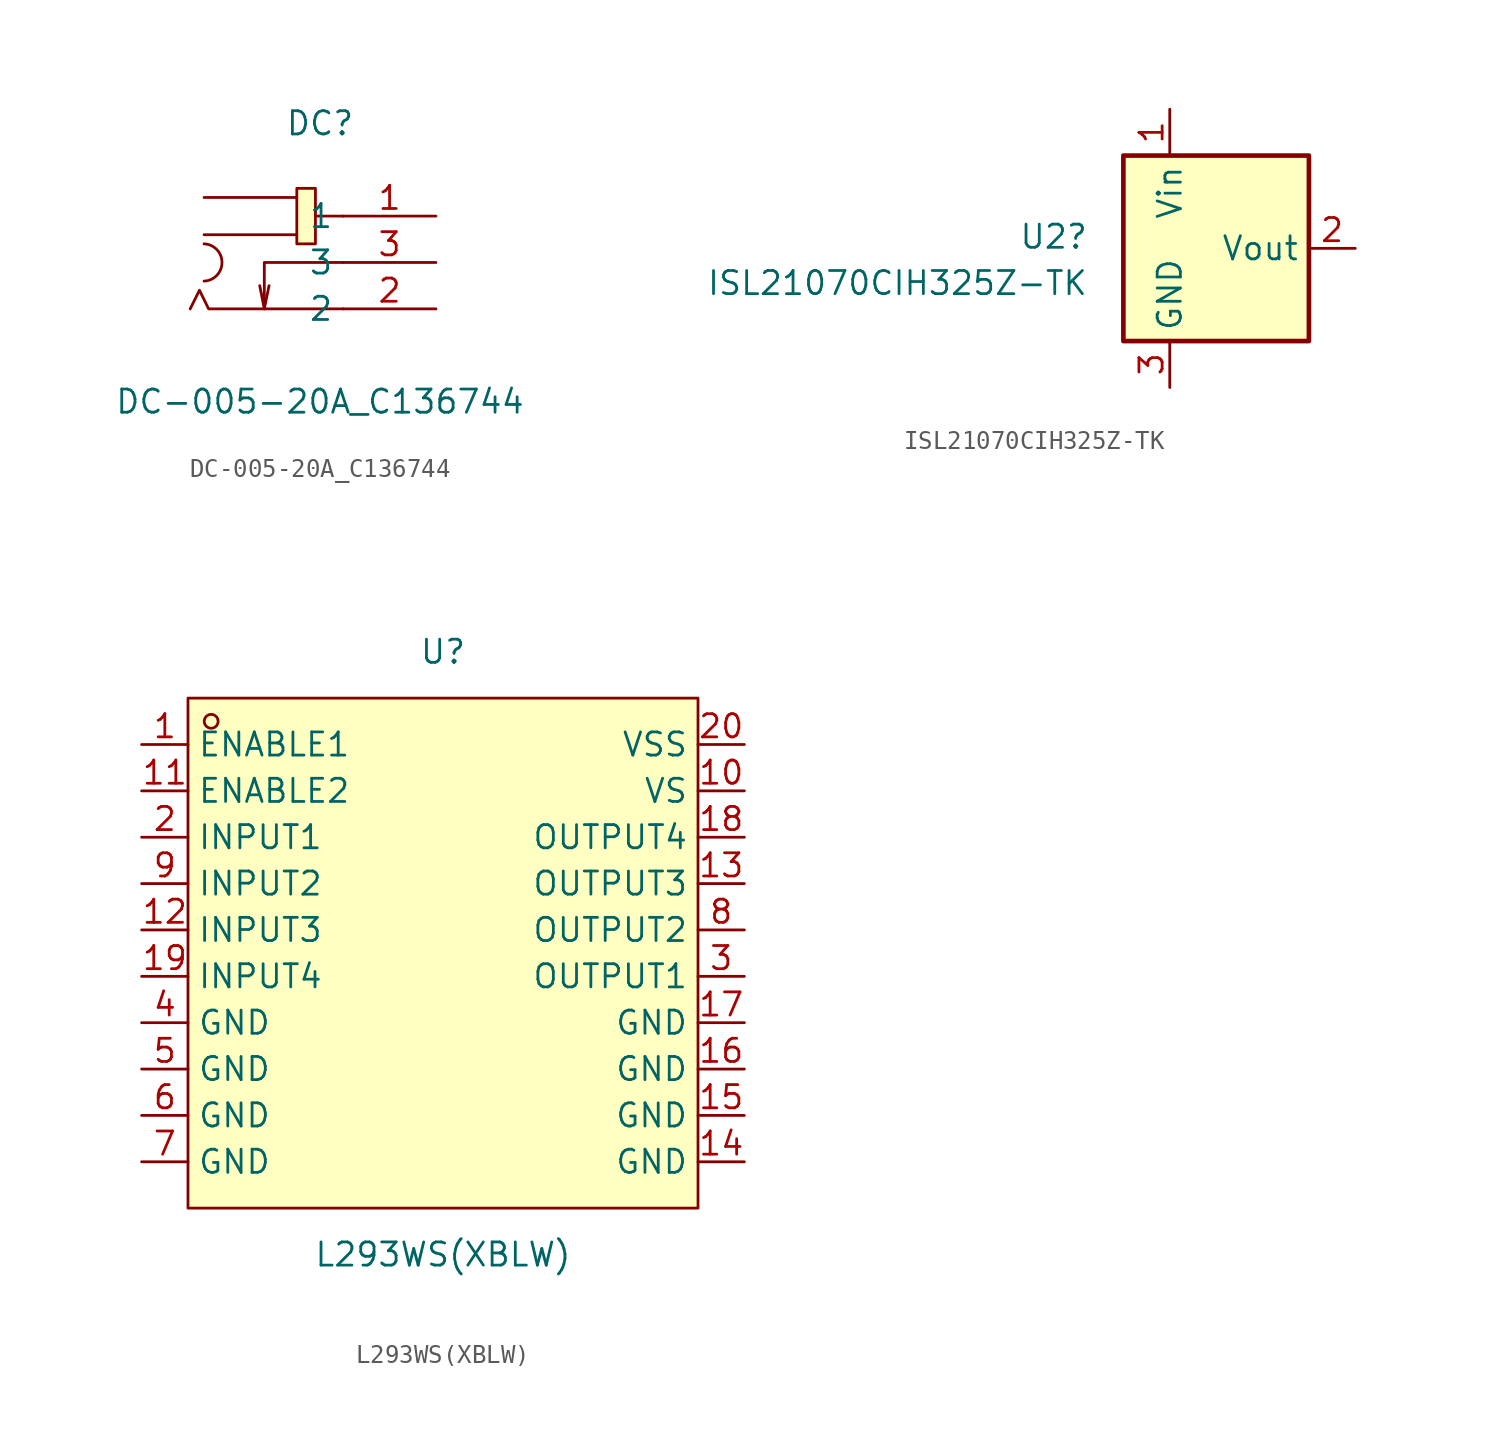
<source format=kicad_sym>
(kicad_symbol_lib
  (version 20231120)
  (generator "kicad_symbol_editor")
  (generator_version "8.0")
  (symbol "DC-005-20A_C136744"
    (property "Reference" "DC"
      (at 0 6.35 0)
      (effects (font (size 1.27 1.27))))
    (property "Value" "DC-005-20A_C136744"
      (at 0 -8.89 0)
      (effects (font (size 1.27 1.27))))
    (symbol "DC-005-20A_C136744_0_1"
      (arc (start -6.35 -2.29) (mid -5.3679 -1.27) (end -6.35 -0.25) (stroke (width 0) (type default)) (fill (type none)))
      (rectangle (start -1.27 2.79) (end -0.25 -0.25) (stroke (width 0) (type default)) (fill (type background)))
      (polyline (pts (xy -3.05 -3.81) (xy -2.79 -2.54)) (stroke (width 0) (type default)) (fill (type none)))
      (polyline (pts (xy -1.27 0.25) (xy -6.35 0.25)) (stroke (width 0) (type default)) (fill (type none)))
      (polyline (pts (xy -1.27 2.29) (xy -6.35 2.29)) (stroke (width 0) (type default)) (fill (type none)))
      (polyline (pts (xy 1.27 1.27) (xy -0.25 1.27)) (stroke (width 0) (type default)) (fill (type none)))
      (polyline (pts (xy 1.27 -3.81) (xy -6.1 -3.81) (xy -6.6 -2.79) (xy -7.11 -3.81)) (stroke (width 0) (type default)) (fill (type none)))
      (polyline (pts (xy 1.27 -1.27) (xy -3.05 -1.27) (xy -3.05 -3.81) (xy -3.3 -2.54)) (stroke (width 0) (type default)) (fill (type none)))
      (pin unspecified line (at 6.35 1.27 180) (length 5.08) (name "1" (effects (font (size 1.27 1.27)))) (number "1" (effects (font (size 1.27 1.27)))))
      (pin unspecified line (at 6.35 -3.81 180) (length 5.08) (name "2" (effects (font (size 1.27 1.27)))) (number "2" (effects (font (size 1.27 1.27)))))
      (pin unspecified line (at 6.35 -1.27 180) (length 5.08) (name "3" (effects (font (size 1.27 1.27)))) (number "3" (effects (font (size 1.27 1.27)))))))
  (symbol "ISL21070CIH325Z-TK"
    (property "Reference" "U2"
      (at -6.985 0.635 0)
      (effects (font (size 1.27 1.27)) (justify right)))
    (property "Value" "ISL21070CIH325Z-TK"
      (at -6.985 -1.905 0)
      (effects (font (size 1.27 1.27)) (justify right)))
    (symbol "ISL21070CIH325Z-TK_0_1"
      (rectangle (start -5.08 5.08) (end 5.08 -5.08) (stroke (width 0.254) (type default)) (fill (type background))))
    (symbol "ISL21070CIH325Z-TK_1_1"
      (pin power_in line (at -2.54 7.62 270) (length 2.54) (name "Vin" (effects (font (size 1.27 1.27)))) (number "1" (effects (font (size 1.27 1.27)))))
      (pin power_out line (at 7.62 0 180) (length 2.54) (name "Vout" (effects (font (size 1.27 1.27)))) (number "2" (effects (font (size 1.27 1.27)))))
      (pin power_in line (at -2.54 -7.62 90) (length 2.54) (name "GND" (effects (font (size 1.27 1.27)))) (number "3" (effects (font (size 1.27 1.27)))))))
  (symbol "L293WS(XBLW)"
    (property "Reference" "U"
      (at 0 16.51 0)
      (effects (font (size 1.27 1.27))))
    (property "Value" "L293WS(XBLW)"
      (at 0 -16.51 0)
      (effects (font (size 1.27 1.27))))
    (symbol "L293WS(XBLW)_0_1"
      (rectangle (start -13.97 13.97) (end 13.97 -13.97) (stroke (width 0) (type default)) (fill (type background)))
      (circle (center -12.7 12.7) (radius 0.38) (stroke (width 0) (type default)) (fill (type none)))
      (pin unspecified line (at -16.51 11.43 0) (length 2.54) (name "ENABLE1" (effects (font (size 1.27 1.27)))) (number "1" (effects (font (size 1.27 1.27)))))
      (pin unspecified line (at 16.51 8.89 180) (length 2.54) (name "VS" (effects (font (size 1.27 1.27)))) (number "10" (effects (font (size 1.27 1.27)))))
      (pin unspecified line (at -16.51 8.89 0) (length 2.54) (name "ENABLE2" (effects (font (size 1.27 1.27)))) (number "11" (effects (font (size 1.27 1.27)))))
      (pin unspecified line (at -16.51 1.27 0) (length 2.54) (name "INPUT3" (effects (font (size 1.27 1.27)))) (number "12" (effects (font (size 1.27 1.27)))))
      (pin unspecified line (at 16.51 3.81 180) (length 2.54) (name "OUTPUT3" (effects (font (size 1.27 1.27)))) (number "13" (effects (font (size 1.27 1.27)))))
      (pin unspecified line (at 16.51 -11.43 180) (length 2.54) (name "GND" (effects (font (size 1.27 1.27)))) (number "14" (effects (font (size 1.27 1.27)))))
      (pin unspecified line (at 16.51 -8.89 180) (length 2.54) (name "GND" (effects (font (size 1.27 1.27)))) (number "15" (effects (font (size 1.27 1.27)))))
      (pin unspecified line (at 16.51 -6.35 180) (length 2.54) (name "GND" (effects (font (size 1.27 1.27)))) (number "16" (effects (font (size 1.27 1.27)))))
      (pin unspecified line (at 16.51 -3.81 180) (length 2.54) (name "GND" (effects (font (size 1.27 1.27)))) (number "17" (effects (font (size 1.27 1.27)))))
      (pin unspecified line (at 16.51 6.35 180) (length 2.54) (name "OUTPUT4" (effects (font (size 1.27 1.27)))) (number "18" (effects (font (size 1.27 1.27)))))
      (pin unspecified line (at -16.51 -1.27 0) (length 2.54) (name "INPUT4" (effects (font (size 1.27 1.27)))) (number "19" (effects (font (size 1.27 1.27)))))
      (pin unspecified line (at -16.51 6.35 0) (length 2.54) (name "INPUT1" (effects (font (size 1.27 1.27)))) (number "2" (effects (font (size 1.27 1.27)))))
      (pin unspecified line (at 16.51 11.43 180) (length 2.54) (name "VSS" (effects (font (size 1.27 1.27)))) (number "20" (effects (font (size 1.27 1.27)))))
      (pin unspecified line (at 16.51 -1.27 180) (length 2.54) (name "OUTPUT1" (effects (font (size 1.27 1.27)))) (number "3" (effects (font (size 1.27 1.27)))))
      (pin unspecified line (at -16.51 -3.81 0) (length 2.54) (name "GND" (effects (font (size 1.27 1.27)))) (number "4" (effects (font (size 1.27 1.27)))))
      (pin unspecified line (at -16.51 -6.35 0) (length 2.54) (name "GND" (effects (font (size 1.27 1.27)))) (number "5" (effects (font (size 1.27 1.27)))))
      (pin unspecified line (at -16.51 -8.89 0) (length 2.54) (name "GND" (effects (font (size 1.27 1.27)))) (number "6" (effects (font (size 1.27 1.27)))))
      (pin unspecified line (at -16.51 -11.43 0) (length 2.54) (name "GND" (effects (font (size 1.27 1.27)))) (number "7" (effects (font (size 1.27 1.27)))))
      (pin unspecified line (at 16.51 1.27 180) (length 2.54) (name "OUTPUT2" (effects (font (size 1.27 1.27)))) (number "8" (effects (font (size 1.27 1.27)))))
      (pin unspecified line (at -16.51 3.81 0) (length 2.54) (name "INPUT2" (effects (font (size 1.27 1.27)))) (number "9" (effects (font (size 1.27 1.27))))))))
</source>
